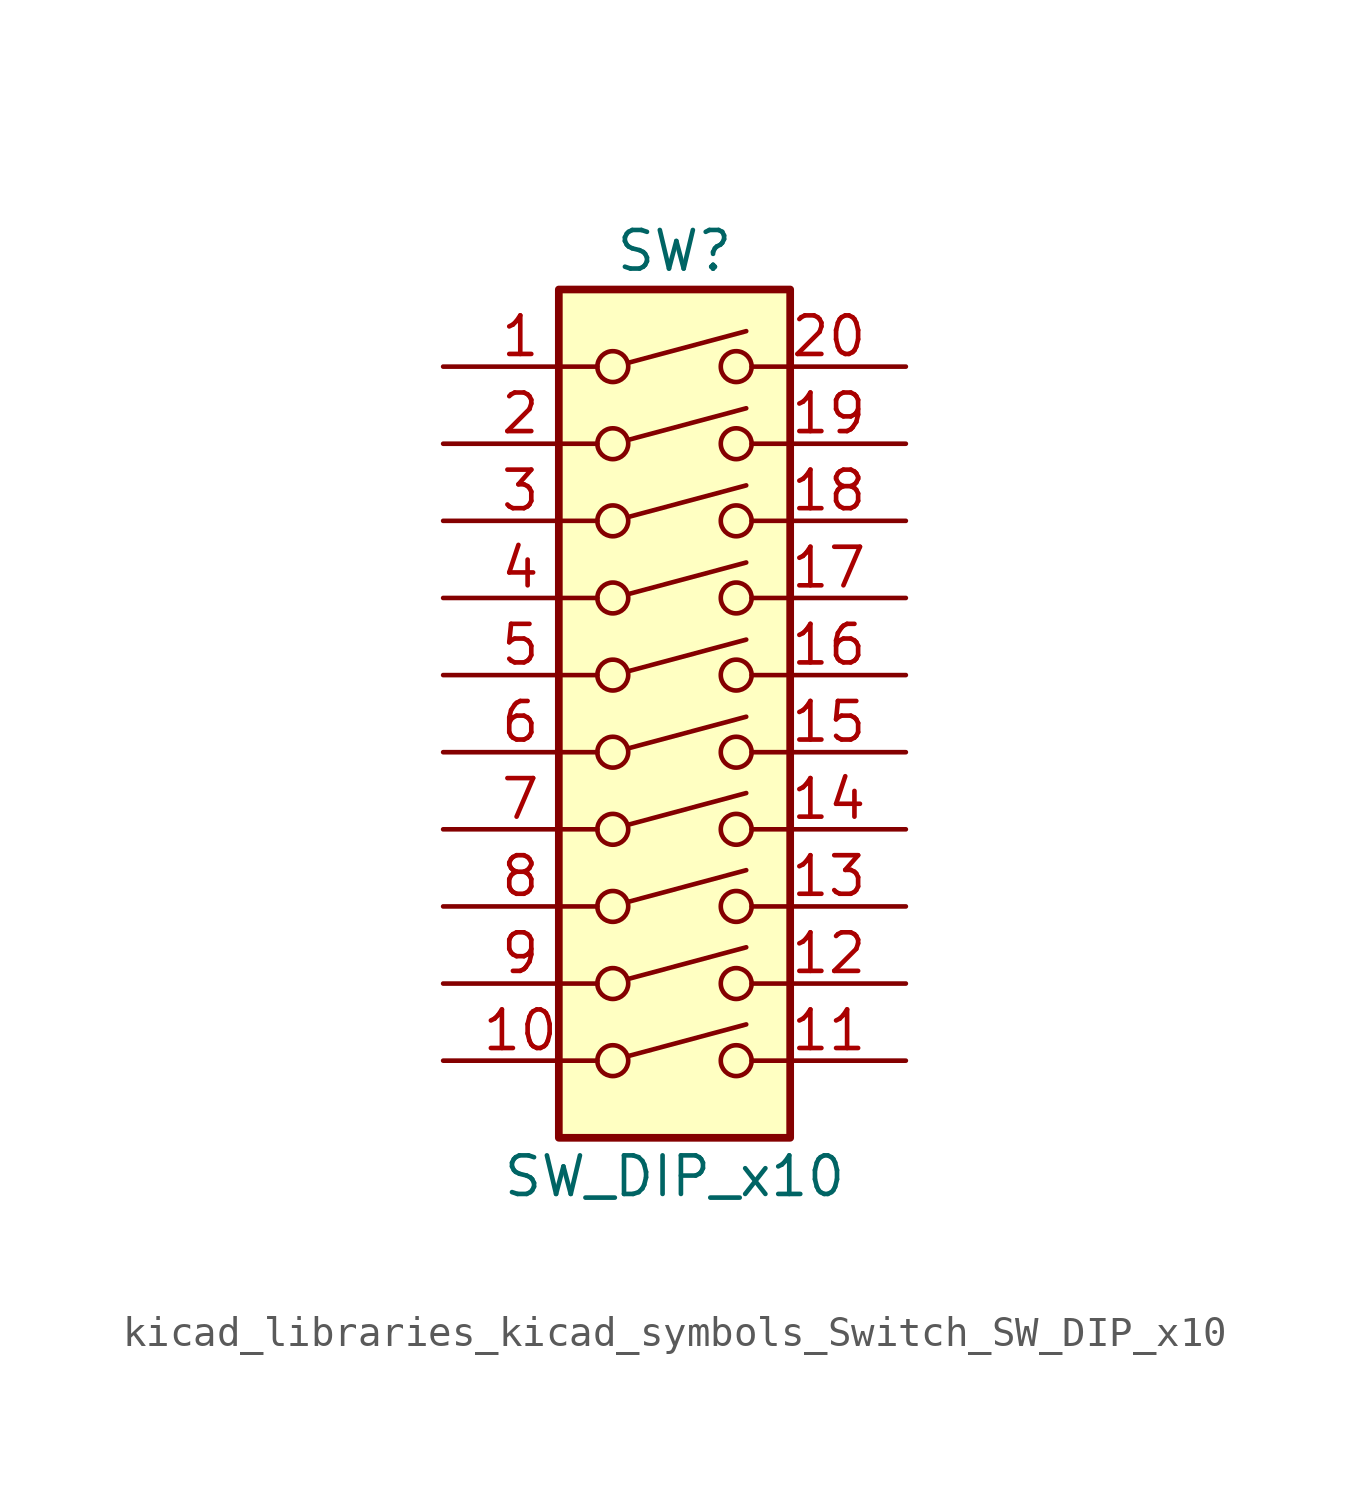
<source format=kicad_sym>
(kicad_symbol_lib
  (version 20220914)
  (generator kicad_symbol_editor)
  (symbol "kicad_libraries_kicad_symbols_Switch_SW_DIP_x10"
    (pin_names
      (offset 0) hide)
    (property "Reference" "SW"
      (at 0 16.51 0)
      (effects (font (size 1.27 1.27))))
    (property "Value" "SW_DIP_x10"
      (at 0 -13.97 0)
      (effects (font (size 1.27 1.27))))
    (symbol "kicad_libraries_kicad_symbols_Switch_SW_DIP_x10_0_0"
      (circle (center -2.032 -10.16) (radius 0.508) (stroke (width 0) (type default)) (fill (type none)))
      (circle (center -2.032 -7.62) (radius 0.508) (stroke (width 0) (type default)) (fill (type none)))
      (circle (center -2.032 -5.08) (radius 0.508) (stroke (width 0) (type default)) (fill (type none)))
      (circle (center -2.032 -2.54) (radius 0.508) (stroke (width 0) (type default)) (fill (type none)))
      (circle (center -2.032 0) (radius 0.508) (stroke (width 0) (type default)) (fill (type none)))
      (circle (center -2.032 2.54) (radius 0.508) (stroke (width 0) (type default)) (fill (type none)))
      (circle (center -2.032 5.08) (radius 0.508) (stroke (width 0) (type default)) (fill (type none)))
      (circle (center -2.032 7.62) (radius 0.508) (stroke (width 0) (type default)) (fill (type none)))
      (circle (center -2.032 10.16) (radius 0.508) (stroke (width 0) (type default)) (fill (type none)))
      (circle (center -2.032 12.7) (radius 0.508) (stroke (width 0) (type default)) (fill (type none)))
      (polyline (pts (xy -1.524 -10.008) (xy 2.362 -8.966)) (stroke (width 0) (type default)) (fill (type none)))
      (polyline (pts (xy -1.524 -7.468) (xy 2.362 -6.426)) (stroke (width 0) (type default)) (fill (type none)))
      (polyline (pts (xy -1.524 -4.928) (xy 2.362 -3.886)) (stroke (width 0) (type default)) (fill (type none)))
      (polyline (pts (xy -1.524 -2.388) (xy 2.362 -1.346)) (stroke (width 0) (type default)) (fill (type none)))
      (polyline (pts (xy -1.524 0.127) (xy 2.362 1.168)) (stroke (width 0) (type default)) (fill (type none)))
      (polyline (pts (xy -1.524 2.667) (xy 2.362 3.708)) (stroke (width 0) (type default)) (fill (type none)))
      (polyline (pts (xy -1.524 5.207) (xy 2.362 6.248)) (stroke (width 0) (type default)) (fill (type none)))
      (polyline (pts (xy -1.524 7.747) (xy 2.362 8.788)) (stroke (width 0) (type default)) (fill (type none)))
      (polyline (pts (xy -1.524 10.287) (xy 2.362 11.328)) (stroke (width 0) (type default)) (fill (type none)))
      (polyline (pts (xy -1.524 12.827) (xy 2.362 13.868)) (stroke (width 0) (type default)) (fill (type none)))
      (circle (center 2.032 -10.16) (radius 0.508) (stroke (width 0) (type default)) (fill (type none)))
      (circle (center 2.032 -7.62) (radius 0.508) (stroke (width 0) (type default)) (fill (type none)))
      (circle (center 2.032 -5.08) (radius 0.508) (stroke (width 0) (type default)) (fill (type none)))
      (circle (center 2.032 -2.54) (radius 0.508) (stroke (width 0) (type default)) (fill (type none)))
      (circle (center 2.032 0) (radius 0.508) (stroke (width 0) (type default)) (fill (type none)))
      (circle (center 2.032 2.54) (radius 0.508) (stroke (width 0) (type default)) (fill (type none)))
      (circle (center 2.032 5.08) (radius 0.508) (stroke (width 0) (type default)) (fill (type none)))
      (circle (center 2.032 7.62) (radius 0.508) (stroke (width 0) (type default)) (fill (type none)))
      (circle (center 2.032 10.16) (radius 0.508) (stroke (width 0) (type default)) (fill (type none)))
      (circle (center 2.032 12.7) (radius 0.508) (stroke (width 0) (type default)) (fill (type none))))
    (symbol "kicad_libraries_kicad_symbols_Switch_SW_DIP_x10_0_1"
      (rectangle (start -3.81 15.24) (end 3.81 -12.7) (stroke (width 0.254) (type default)) (fill (type background))))
    (symbol "kicad_libraries_kicad_symbols_Switch_SW_DIP_x10_1_1"
      (pin passive line (at -7.62 12.7 0) (length 5.08) (name "~" (effects (font (size 1.27 1.27)))) (number "1" (effects (font (size 1.27 1.27)))))
      (pin passive line (at -7.62 -10.16 0) (length 5.08) (name "~" (effects (font (size 1.27 1.27)))) (number "10" (effects (font (size 1.27 1.27)))))
      (pin passive line (at 7.62 -10.16 180) (length 5.08) (name "~" (effects (font (size 1.27 1.27)))) (number "11" (effects (font (size 1.27 1.27)))))
      (pin passive line (at 7.62 -7.62 180) (length 5.08) (name "~" (effects (font (size 1.27 1.27)))) (number "12" (effects (font (size 1.27 1.27)))))
      (pin passive line (at 7.62 -5.08 180) (length 5.08) (name "~" (effects (font (size 1.27 1.27)))) (number "13" (effects (font (size 1.27 1.27)))))
      (pin passive line (at 7.62 -2.54 180) (length 5.08) (name "~" (effects (font (size 1.27 1.27)))) (number "14" (effects (font (size 1.27 1.27)))))
      (pin passive line (at 7.62 0 180) (length 5.08) (name "~" (effects (font (size 1.27 1.27)))) (number "15" (effects (font (size 1.27 1.27)))))
      (pin passive line (at 7.62 2.54 180) (length 5.08) (name "~" (effects (font (size 1.27 1.27)))) (number "16" (effects (font (size 1.27 1.27)))))
      (pin passive line (at 7.62 5.08 180) (length 5.08) (name "~" (effects (font (size 1.27 1.27)))) (number "17" (effects (font (size 1.27 1.27)))))
      (pin passive line (at 7.62 7.62 180) (length 5.08) (name "~" (effects (font (size 1.27 1.27)))) (number "18" (effects (font (size 1.27 1.27)))))
      (pin passive line (at 7.62 10.16 180) (length 5.08) (name "~" (effects (font (size 1.27 1.27)))) (number "19" (effects (font (size 1.27 1.27)))))
      (pin passive line (at -7.62 10.16 0) (length 5.08) (name "~" (effects (font (size 1.27 1.27)))) (number "2" (effects (font (size 1.27 1.27)))))
      (pin passive line (at 7.62 12.7 180) (length 5.08) (name "~" (effects (font (size 1.27 1.27)))) (number "20" (effects (font (size 1.27 1.27)))))
      (pin passive line (at -7.62 7.62 0) (length 5.08) (name "~" (effects (font (size 1.27 1.27)))) (number "3" (effects (font (size 1.27 1.27)))))
      (pin passive line (at -7.62 5.08 0) (length 5.08) (name "~" (effects (font (size 1.27 1.27)))) (number "4" (effects (font (size 1.27 1.27)))))
      (pin passive line (at -7.62 2.54 0) (length 5.08) (name "~" (effects (font (size 1.27 1.27)))) (number "5" (effects (font (size 1.27 1.27)))))
      (pin passive line (at -7.62 0 0) (length 5.08) (name "~" (effects (font (size 1.27 1.27)))) (number "6" (effects (font (size 1.27 1.27)))))
      (pin passive line (at -7.62 -2.54 0) (length 5.08) (name "~" (effects (font (size 1.27 1.27)))) (number "7" (effects (font (size 1.27 1.27)))))
      (pin passive line (at -7.62 -5.08 0) (length 5.08) (name "~" (effects (font (size 1.27 1.27)))) (number "8" (effects (font (size 1.27 1.27)))))
      (pin passive line (at -7.62 -7.62 0) (length 5.08) (name "~" (effects (font (size 1.27 1.27)))) (number "9" (effects (font (size 1.27 1.27))))))))
</source>
